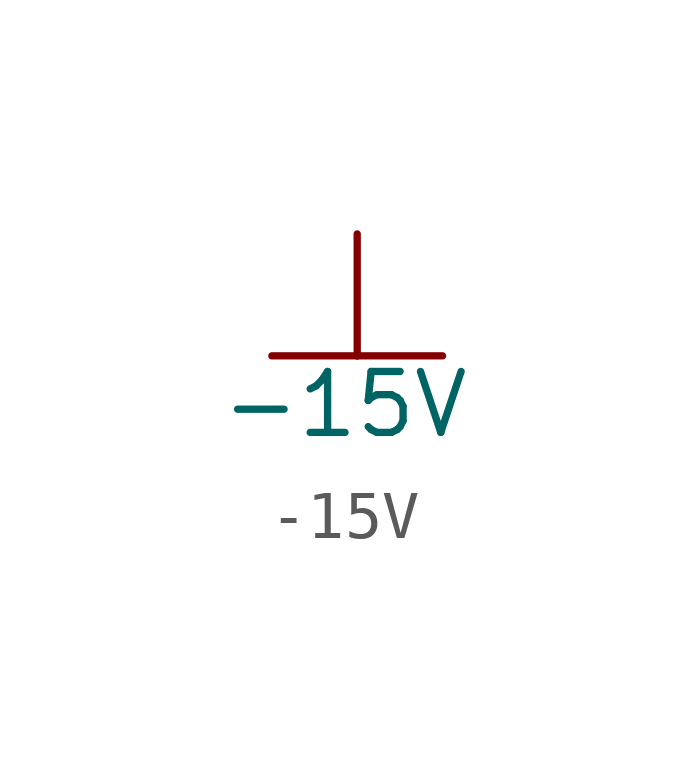
<source format=kicad_sym>
(kicad_symbol_lib
  (version 20220914)
  (generator kicad_symbol_editor)
  (symbol "-15V"
    (power)
    (pin_numbers hide)
    (pin_names
      (offset 0) hide)
    (property "Reference" "#PWR"
      (at 0 -7.112 0)
      (effects (font (size 1.27 1.27)) hide))
    (property "Value" "-15V"
      (at -0.254 -3.556 0)
      (effects (font (size 1.27 1.27))))
    (property "Footprint" ""
      (at 0 0 0)
      (effects (font (size 1.524 1.524))))
    (property "Datasheet" ""
      (at 0 0 0)
      (effects (font (size 1.524 1.524))))
    (symbol "-15V_0_1"
      (polyline (pts (xy -1.778 -2.54) (xy 0 -2.54)) (stroke (width 0) (type default)) (fill (type none)))
      (polyline (pts (xy 0 -2.54) (xy 0 0)) (stroke (width 0) (type default)) (fill (type none)))
      (polyline (pts (xy 0 -2.54) (xy 1.778 -2.54)) (stroke (width 0) (type default)) (fill (type none))))
    (symbol "-15V_1_1"
      (pin power_in line (at 0 0 270) (length 0) hide (name "-15V" (effects (font (size 1.27 1.27)))) (number "1" (effects (font (size 1.27 1.27))))))))
</source>
